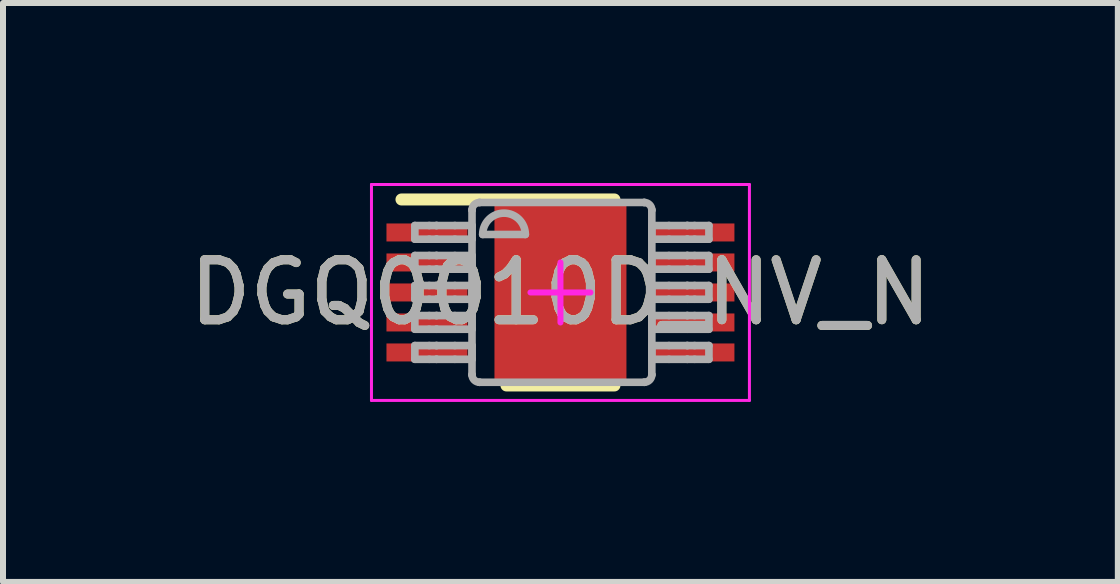
<source format=kicad_pcb>
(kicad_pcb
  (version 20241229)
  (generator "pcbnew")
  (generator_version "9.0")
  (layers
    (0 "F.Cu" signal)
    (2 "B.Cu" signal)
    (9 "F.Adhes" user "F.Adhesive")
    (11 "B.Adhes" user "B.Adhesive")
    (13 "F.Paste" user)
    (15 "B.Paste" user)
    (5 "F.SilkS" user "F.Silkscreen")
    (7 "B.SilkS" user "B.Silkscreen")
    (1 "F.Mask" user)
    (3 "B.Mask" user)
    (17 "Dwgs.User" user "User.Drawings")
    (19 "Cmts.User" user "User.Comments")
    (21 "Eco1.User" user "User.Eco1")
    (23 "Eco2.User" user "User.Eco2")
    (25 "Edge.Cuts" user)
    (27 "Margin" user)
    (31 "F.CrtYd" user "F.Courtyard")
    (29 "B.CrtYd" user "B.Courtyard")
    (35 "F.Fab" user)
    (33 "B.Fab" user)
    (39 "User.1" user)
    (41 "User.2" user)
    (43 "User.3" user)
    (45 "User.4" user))
  (footprint "DGQ0010D_NV_N"
    (layer "F.Cu")
    (at 6.292 1.825)
    (property "Reference" "DGQ0010D_NV_N" (at 0 0 0) (unlocked yes) (layer "F.SilkS") (effects (font (size 1 1) (thickness 0.15))))
    (attr smd)
    (fp_poly (pts (xy -0.915 0.899) (xy -0.915 -0.899) (xy -0.914 -0.908) (xy -0.912 -0.917) (xy -0.907 -0.925) (xy -0.902 -0.932) (xy -0.895 -0.937) (xy -0.887 -0.942) (xy -0.878 -0.944) (xy -0.869 -0.945) (xy 0.869 -0.945) (xy 0.878 -0.944) (xy 0.887 -0.942) (xy 0.895 -0.937) (xy 0.902 -0.932) (xy 0.907 -0.925) (xy 0.912 -0.917) (xy 0.914 -0.908) (xy 0.915 -0.899) (xy 0.915 0.899) (xy 0.914 0.908) (xy 0.912 0.917) (xy 0.907 0.925) (xy 0.902 0.932) (xy 0.895 0.937) (xy 0.887 0.942) (xy 0.878 0.944) (xy 0.869 0.945) (xy -0.869 0.945) (xy -0.878 0.944) (xy -0.887 0.942) (xy -0.895 0.937) (xy -0.902 0.932) (xy -0.907 0.925) (xy -0.912 0.917) (xy -0.914 0.908)) (stroke (width 0) (type solid)) (fill yes) (layer "F.Mask"))
    (fp_line (start -2.65 -1.55) (end 0.9 -1.55) (stroke (width 0.2) (type solid)) (layer "F.SilkS"))
    (fp_line (start -0.9 1.55) (end 0.9 1.55) (stroke (width 0.2) (type solid)) (layer "F.SilkS"))
    (fp_poly (pts (xy -0.915 0.899) (xy -0.915 -0.899) (xy -0.914 -0.908) (xy -0.912 -0.917) (xy -0.907 -0.925) (xy -0.902 -0.932) (xy -0.895 -0.937) (xy -0.887 -0.942) (xy -0.878 -0.944) (xy -0.869 -0.945) (xy 0.869 -0.945) (xy 0.878 -0.944) (xy 0.887 -0.942) (xy 0.895 -0.937) (xy 0.902 -0.932) (xy 0.907 -0.925) (xy 0.912 -0.917) (xy 0.914 -0.908) (xy 0.915 -0.899) (xy 0.915 0.899) (xy 0.914 0.908) (xy 0.912 0.917) (xy 0.907 0.925) (xy 0.902 0.932) (xy 0.895 0.937) (xy 0.887 0.942) (xy 0.878 0.944) (xy 0.869 0.945) (xy -0.869 0.945) (xy -0.878 0.944) (xy -0.887 0.942) (xy -0.895 0.937) (xy -0.902 0.932) (xy -0.907 0.925) (xy -0.912 0.917) (xy -0.914 0.908)) (stroke (width 0) (type solid)) (fill yes) (layer "F.Paste"))
    (fp_line (start -3.15 -1.8) (end 3.15 -1.8) (stroke (width 0.05) (type solid)) (layer "F.CrtYd"))
    (fp_line (start -3.15 1.8) (end -3.15 -1.8) (stroke (width 0.05) (type solid)) (layer "F.CrtYd"))
    (fp_line (start -3.15 1.8) (end 3.15 1.8) (stroke (width 0.05) (type solid)) (layer "F.CrtYd"))
    (fp_line (start -0.5 0) (end 0.5 0) (stroke (width 0.1) (type solid)) (layer "F.CrtYd"))
    (fp_line (start 0 0.5) (end 0 -0.5) (stroke (width 0.1) (type solid)) (layer "F.CrtYd"))
    (fp_line (start 3.15 1.8) (end 3.15 -1.8) (stroke (width 0.05) (type solid)) (layer "F.CrtYd"))
    (fp_line (start -2.427 -1.116) (end -2.187 -1.116) (stroke (width 0.127) (type solid)) (layer "F.Fab"))
    (fp_line (start -2.427 -0.888) (end -2.427 -1.116) (stroke (width 0.127) (type solid)) (layer "F.Fab"))
    (fp_line (start -2.427 -0.888) (end -2.187 -0.888) (stroke (width 0.127) (type solid)) (layer "F.Fab"))
    (fp_line (start -2.427 -0.616) (end -2.187 -0.616) (stroke (width 0.127) (type solid)) (layer "F.Fab"))
    (fp_line (start -2.427 -0.388) (end -2.427 -0.616) (stroke (width 0.127) (type solid)) (layer "F.Fab"))
    (fp_line (start -2.427 -0.388) (end -2.187 -0.388) (stroke (width 0.127) (type solid)) (layer "F.Fab"))
    (fp_line (start -2.427 -0.116) (end -2.187 -0.116) (stroke (width 0.127) (type solid)) (layer "F.Fab"))
    (fp_line (start -2.427 0.113) (end -2.427 -0.116) (stroke (width 0.127) (type solid)) (layer "F.Fab"))
    (fp_line (start -2.427 0.113) (end -2.187 0.113) (stroke (width 0.127) (type solid)) (layer "F.Fab"))
    (fp_line (start -2.427 0.385) (end -2.187 0.385) (stroke (width 0.127) (type solid)) (layer "F.Fab"))
    (fp_line (start -2.427 0.613) (end -2.427 0.385) (stroke (width 0.127) (type solid)) (layer "F.Fab"))
    (fp_line (start -2.427 0.613) (end -2.187 0.613) (stroke (width 0.127) (type solid)) (layer "F.Fab"))
    (fp_line (start -2.427 0.885) (end -2.187 0.885) (stroke (width 0.127) (type solid)) (layer "F.Fab"))
    (fp_line (start -2.427 1.114) (end -2.427 0.885) (stroke (width 0.127) (type solid)) (layer "F.Fab"))
    (fp_line (start -2.427 1.114) (end -2.187 1.114) (stroke (width 0.127) (type solid)) (layer "F.Fab"))
    (fp_line (start -2.187 -1.116) (end -2.067 -1.116) (stroke (width 0.127) (type solid)) (layer "F.Fab"))
    (fp_line (start -2.187 -0.888) (end -2.067 -0.888) (stroke (width 0.127) (type solid)) (layer "F.Fab"))
    (fp_line (start -2.187 -0.616) (end -2.067 -0.616) (stroke (width 0.127) (type solid)) (layer "F.Fab"))
    (fp_line (start -2.187 -0.388) (end -2.067 -0.388) (stroke (width 0.127) (type solid)) (layer "F.Fab"))
    (fp_line (start -2.187 -0.116) (end -2.067 -0.116) (stroke (width 0.127) (type solid)) (layer "F.Fab"))
    (fp_line (start -2.187 0.113) (end -2.067 0.113) (stroke (width 0.127) (type solid)) (layer "F.Fab"))
    (fp_line (start -2.187 0.385) (end -2.067 0.385) (stroke (width 0.127) (type solid)) (layer "F.Fab"))
    (fp_line (start -2.187 0.613) (end -2.067 0.613) (stroke (width 0.127) (type solid)) (layer "F.Fab"))
    (fp_line (start -2.187 0.885) (end -2.067 0.885) (stroke (width 0.127) (type solid)) (layer "F.Fab"))
    (fp_line (start -2.187 1.114) (end -2.067 1.114) (stroke (width 0.127) (type solid)) (layer "F.Fab"))
    (fp_line (start -2.067 -1.116) (end -2.064 -1.116) (stroke (width 0.127) (type solid)) (layer "F.Fab"))
    (fp_line (start -2.067 -0.888) (end -2.064 -0.888) (stroke (width 0.127) (type solid)) (layer "F.Fab"))
    (fp_line (start -2.067 -0.616) (end -2.064 -0.616) (stroke (width 0.127) (type solid)) (layer "F.Fab"))
    (fp_line (start -2.067 -0.388) (end -2.064 -0.388) (stroke (width 0.127) (type solid)) (layer "F.Fab"))
    (fp_line (start -2.067 -0.116) (end -2.064 -0.116) (stroke (width 0.127) (type solid)) (layer "F.Fab"))
    (fp_line (start -2.067 0.113) (end -2.064 0.113) (stroke (width 0.127) (type solid)) (layer "F.Fab"))
    (fp_line (start -2.067 0.385) (end -2.064 0.385) (stroke (width 0.127) (type solid)) (layer "F.Fab"))
    (fp_line (start -2.067 0.613) (end -2.064 0.613) (stroke (width 0.127) (type solid)) (layer "F.Fab"))
    (fp_line (start -2.067 0.885) (end -2.064 0.885) (stroke (width 0.127) (type solid)) (layer "F.Fab"))
    (fp_line (start -2.067 1.114) (end -2.064 1.114) (stroke (width 0.127) (type solid)) (layer "F.Fab"))
    (fp_line (start -2.064 -1.116) (end -1.76 -1.116) (stroke (width 0.127) (type solid)) (layer "F.Fab"))
    (fp_line (start -2.064 -0.888) (end -1.76 -0.888) (stroke (width 0.127) (type solid)) (layer "F.Fab"))
    (fp_line (start -2.064 -0.616) (end -1.76 -0.616) (stroke (width 0.127) (type solid)) (layer "F.Fab"))
    (fp_line (start -2.064 -0.388) (end -1.76 -0.388) (stroke (width 0.127) (type solid)) (layer "F.Fab"))
    (fp_line (start -2.064 -0.116) (end -1.76 -0.116) (stroke (width 0.127) (type solid)) (layer "F.Fab"))
    (fp_line (start -2.064 0.113) (end -1.76 0.113) (stroke (width 0.127) (type solid)) (layer "F.Fab"))
    (fp_line (start -2.064 0.385) (end -1.76 0.385) (stroke (width 0.127) (type solid)) (layer "F.Fab"))
    (fp_line (start -2.064 0.613) (end -1.76 0.613) (stroke (width 0.127) (type solid)) (layer "F.Fab"))
    (fp_line (start -2.064 0.885) (end -1.76 0.885) (stroke (width 0.127) (type solid)) (layer "F.Fab"))
    (fp_line (start -2.064 1.114) (end -1.76 1.114) (stroke (width 0.127) (type solid)) (layer "F.Fab"))
    (fp_line (start -1.76 -1.116) (end -1.474 -1.116) (stroke (width 0.127) (type solid)) (layer "F.Fab"))
    (fp_line (start -1.76 -0.888) (end -1.474 -0.888) (stroke (width 0.127) (type solid)) (layer "F.Fab"))
    (fp_line (start -1.76 -0.616) (end -1.474 -0.616) (stroke (width 0.127) (type solid)) (layer "F.Fab"))
    (fp_line (start -1.76 -0.388) (end -1.474 -0.388) (stroke (width 0.127) (type solid)) (layer "F.Fab"))
    (fp_line (start -1.76 -0.116) (end -1.474 -0.116) (stroke (width 0.127) (type solid)) (layer "F.Fab"))
    (fp_line (start -1.76 0.113) (end -1.474 0.113) (stroke (width 0.127) (type solid)) (layer "F.Fab"))
    (fp_line (start -1.76 0.385) (end -1.474 0.385) (stroke (width 0.127) (type solid)) (layer "F.Fab"))
    (fp_line (start -1.76 0.613) (end -1.474 0.613) (stroke (width 0.127) (type solid)) (layer "F.Fab"))
    (fp_line (start -1.76 0.885) (end -1.474 0.885) (stroke (width 0.127) (type solid)) (layer "F.Fab"))
    (fp_line (start -1.76 1.114) (end -1.474 1.114) (stroke (width 0.127) (type solid)) (layer "F.Fab"))
    (fp_line (start -1.474 -1.373) (end -1.474 -1.376) (stroke (width 0.127) (type solid)) (layer "F.Fab"))
    (fp_line (start -1.474 -0.888) (end -1.474 -1.116) (stroke (width 0.127) (type solid)) (layer "F.Fab"))
    (fp_line (start -1.474 -0.388) (end -1.474 -0.616) (stroke (width 0.127) (type solid)) (layer "F.Fab"))
    (fp_line (start -1.474 0.113) (end -1.474 -0.116) (stroke (width 0.127) (type solid)) (layer "F.Fab"))
    (fp_line (start -1.474 0.613) (end -1.474 0.385) (stroke (width 0.127) (type solid)) (layer "F.Fab"))
    (fp_line (start -1.474 1.114) (end -1.474 0.885) (stroke (width 0.127) (type solid)) (layer "F.Fab"))
    (fp_line (start -1.474 1.37) (end -1.474 -1.373) (stroke (width 0.127) (type solid)) (layer "F.Fab"))
    (fp_line (start -1.474 1.37) (end -1.474 1.373) (stroke (width 0.127) (type solid)) (layer "F.Fab"))
    (fp_line (start -1.35 -1.5) (end -1.347 -1.5) (stroke (width 0.127) (type solid)) (layer "F.Fab"))
    (fp_line (start -1.35 1.497) (end -1.347 1.497) (stroke (width 0.127) (type solid)) (layer "F.Fab"))
    (fp_line (start -1.347 -1.5) (end 1.396 -1.5) (stroke (width 0.127) (type solid)) (layer "F.Fab"))
    (fp_line (start -1.347 1.497) (end 1.396 1.497) (stroke (width 0.127) (type solid)) (layer "F.Fab"))
    (fp_line (start -1.296 -0.967) (end -0.585 -0.967) (stroke (width 0.127) (type solid)) (layer "F.Fab"))
    (fp_line (start 1.396 -1.5) (end 1.399 -1.5) (stroke (width 0.127) (type solid)) (layer "F.Fab"))
    (fp_line (start 1.396 1.497) (end 1.399 1.497) (stroke (width 0.127) (type solid)) (layer "F.Fab"))
    (fp_line (start 1.523 -1.376) (end 1.523 -1.373) (stroke (width 0.127) (type solid)) (layer "F.Fab"))
    (fp_line (start 1.523 1.373) (end 1.523 1.37) (stroke (width 0.127) (type solid)) (layer "F.Fab"))
    (fp_line (start 1.523 -1.116) (end 1.809 -1.116) (stroke (width 0.127) (type solid)) (layer "F.Fab"))
    (fp_line (start 1.523 -0.888) (end 1.523 -1.116) (stroke (width 0.127) (type solid)) (layer "F.Fab"))
    (fp_line (start 1.523 -0.888) (end 1.809 -0.888) (stroke (width 0.127) (type solid)) (layer "F.Fab"))
    (fp_line (start 1.523 -0.616) (end 1.809 -0.616) (stroke (width 0.127) (type solid)) (layer "F.Fab"))
    (fp_line (start 1.523 -0.388) (end 1.523 -0.616) (stroke (width 0.127) (type solid)) (layer "F.Fab"))
    (fp_line (start 1.523 -0.388) (end 1.809 -0.388) (stroke (width 0.127) (type solid)) (layer "F.Fab"))
    (fp_line (start 1.523 -0.116) (end 1.809 -0.116) (stroke (width 0.127) (type solid)) (layer "F.Fab"))
    (fp_line (start 1.523 0.113) (end 1.523 -0.116) (stroke (width 0.127) (type solid)) (layer "F.Fab"))
    (fp_line (start 1.523 0.113) (end 1.809 0.113) (stroke (width 0.127) (type solid)) (layer "F.Fab"))
    (fp_line (start 1.523 0.385) (end 1.809 0.385) (stroke (width 0.127) (type solid)) (layer "F.Fab"))
    (fp_line (start 1.523 0.613) (end 1.523 0.385) (stroke (width 0.127) (type solid)) (layer "F.Fab"))
    (fp_line (start 1.523 0.613) (end 1.809 0.613) (stroke (width 0.127) (type solid)) (layer "F.Fab"))
    (fp_line (start 1.523 0.885) (end 1.809 0.885) (stroke (width 0.127) (type solid)) (layer "F.Fab"))
    (fp_line (start 1.523 1.114) (end 1.523 0.885) (stroke (width 0.127) (type solid)) (layer "F.Fab"))
    (fp_line (start 1.523 1.114) (end 1.809 1.114) (stroke (width 0.127) (type solid)) (layer "F.Fab"))
    (fp_line (start 1.523 1.37) (end 1.523 -1.373) (stroke (width 0.127) (type solid)) (layer "F.Fab"))
    (fp_line (start 1.809 -1.116) (end 2.113 -1.116) (stroke (width 0.127) (type solid)) (layer "F.Fab"))
    (fp_line (start 1.809 -0.888) (end 2.113 -0.888) (stroke (width 0.127) (type solid)) (layer "F.Fab"))
    (fp_line (start 1.809 -0.616) (end 2.113 -0.616) (stroke (width 0.127) (type solid)) (layer "F.Fab"))
    (fp_line (start 1.809 -0.388) (end 2.113 -0.388) (stroke (width 0.127) (type solid)) (layer "F.Fab"))
    (fp_line (start 1.809 -0.116) (end 2.113 -0.116) (stroke (width 0.127) (type solid)) (layer "F.Fab"))
    (fp_line (start 1.809 0.113) (end 2.113 0.113) (stroke (width 0.127) (type solid)) (layer "F.Fab"))
    (fp_line (start 1.809 0.385) (end 2.113 0.385) (stroke (width 0.127) (type solid)) (layer "F.Fab"))
    (fp_line (start 1.809 0.613) (end 2.113 0.613) (stroke (width 0.127) (type solid)) (layer "F.Fab"))
    (fp_line (start 1.809 0.885) (end 2.113 0.885) (stroke (width 0.127) (type solid)) (layer "F.Fab"))
    (fp_line (start 1.809 1.114) (end 2.113 1.114) (stroke (width 0.127) (type solid)) (layer "F.Fab"))
    (fp_line (start 2.113 -1.116) (end 2.116 -1.116) (stroke (width 0.127) (type solid)) (layer "F.Fab"))
    (fp_line (start 2.113 -0.888) (end 2.116 -0.888) (stroke (width 0.127) (type solid)) (layer "F.Fab"))
    (fp_line (start 2.113 -0.616) (end 2.116 -0.616) (stroke (width 0.127) (type solid)) (layer "F.Fab"))
    (fp_line (start 2.113 -0.388) (end 2.116 -0.388) (stroke (width 0.127) (type solid)) (layer "F.Fab"))
    (fp_line (start 2.113 -0.116) (end 2.116 -0.116) (stroke (width 0.127) (type solid)) (layer "F.Fab"))
    (fp_line (start 2.113 0.113) (end 2.116 0.113) (stroke (width 0.127) (type solid)) (layer "F.Fab"))
    (fp_line (start 2.113 0.385) (end 2.116 0.385) (stroke (width 0.127) (type solid)) (layer "F.Fab"))
    (fp_line (start 2.113 0.613) (end 2.116 0.613) (stroke (width 0.127) (type solid)) (layer "F.Fab"))
    (fp_line (start 2.113 0.885) (end 2.116 0.885) (stroke (width 0.127) (type solid)) (layer "F.Fab"))
    (fp_line (start 2.113 1.114) (end 2.116 1.114) (stroke (width 0.127) (type solid)) (layer "F.Fab"))
    (fp_line (start 2.116 -1.116) (end 2.236 -1.116) (stroke (width 0.127) (type solid)) (layer "F.Fab"))
    (fp_line (start 2.116 -0.888) (end 2.236 -0.888) (stroke (width 0.127) (type solid)) (layer "F.Fab"))
    (fp_line (start 2.116 -0.616) (end 2.236 -0.616) (stroke (width 0.127) (type solid)) (layer "F.Fab"))
    (fp_line (start 2.116 -0.388) (end 2.236 -0.388) (stroke (width 0.127) (type solid)) (layer "F.Fab"))
    (fp_line (start 2.116 -0.116) (end 2.236 -0.116) (stroke (width 0.127) (type solid)) (layer "F.Fab"))
    (fp_line (start 2.116 0.113) (end 2.236 0.113) (stroke (width 0.127) (type solid)) (layer "F.Fab"))
    (fp_line (start 2.116 0.385) (end 2.236 0.385) (stroke (width 0.127) (type solid)) (layer "F.Fab"))
    (fp_line (start 2.116 0.613) (end 2.236 0.613) (stroke (width 0.127) (type solid)) (layer "F.Fab"))
    (fp_line (start 2.116 0.885) (end 2.236 0.885) (stroke (width 0.127) (type solid)) (layer "F.Fab"))
    (fp_line (start 2.116 1.114) (end 2.236 1.114) (stroke (width 0.127) (type solid)) (layer "F.Fab"))
    (fp_line (start 2.236 -1.116) (end 2.475 -1.116) (stroke (width 0.127) (type solid)) (layer "F.Fab"))
    (fp_line (start 2.236 -0.888) (end 2.475 -0.888) (stroke (width 0.127) (type solid)) (layer "F.Fab"))
    (fp_line (start 2.236 -0.616) (end 2.475 -0.616) (stroke (width 0.127) (type solid)) (layer "F.Fab"))
    (fp_line (start 2.236 -0.388) (end 2.475 -0.388) (stroke (width 0.127) (type solid)) (layer "F.Fab"))
    (fp_line (start 2.236 -0.116) (end 2.475 -0.116) (stroke (width 0.127) (type solid)) (layer "F.Fab"))
    (fp_line (start 2.236 0.113) (end 2.475 0.113) (stroke (width 0.127) (type solid)) (layer "F.Fab"))
    (fp_line (start 2.236 0.385) (end 2.475 0.385) (stroke (width 0.127) (type solid)) (layer "F.Fab"))
    (fp_line (start 2.236 0.613) (end 2.475 0.613) (stroke (width 0.127) (type solid)) (layer "F.Fab"))
    (fp_line (start 2.236 0.885) (end 2.475 0.885) (stroke (width 0.127) (type solid)) (layer "F.Fab"))
    (fp_line (start 2.236 1.114) (end 2.475 1.114) (stroke (width 0.127) (type solid)) (layer "F.Fab"))
    (fp_line (start 2.475 -0.888) (end 2.475 -1.116) (stroke (width 0.127) (type solid)) (layer "F.Fab"))
    (fp_line (start 2.475 -0.388) (end 2.475 -0.616) (stroke (width 0.127) (type solid)) (layer "F.Fab"))
    (fp_line (start 2.475 0.113) (end 2.475 -0.116) (stroke (width 0.127) (type solid)) (layer "F.Fab"))
    (fp_line (start 2.475 0.613) (end 2.475 0.385) (stroke (width 0.127) (type solid)) (layer "F.Fab"))
    (fp_line (start 2.475 1.114) (end 2.475 0.885) (stroke (width 0.127) (type solid)) (layer "F.Fab"))
    (fp_arc (start -1.474232 -1.375768) (mid -1.437062 -1.46283) (end -1.35 -1.5) (stroke (width 0.127) (type solid)) (layer "F.Fab"))
    (fp_arc (start -1.35 1.49715) (mid -1.437062 1.45998) (end -1.474232 1.372918) (stroke (width 0.127) (type solid)) (layer "F.Fab"))
    (fp_arc (start -1.296457 -0.966625) (mid -0.940857 -1.322225) (end -0.585257 -0.966625) (stroke (width 0.127) (type solid)) (layer "F.Fab"))
    (fp_arc (start 1.398686 -1.5) (mid 1.485749 -1.46283) (end 1.522919 -1.375768) (stroke (width 0.127) (type solid)) (layer "F.Fab"))
    (fp_arc (start 1.522919 1.372918) (mid 1.485749 1.45998) (end 1.398686 1.49715) (stroke (width 0.127) (type solid)) (layer "F.Fab"))
    (fp_text user "${REFERENCE}" (at 0 0 0) (unlocked yes) (layer "F.Fab") (effects (font (size 1 1) (thickness 0.15))))
    (pad "1" smd rect (at -2.225 -1 90) (size 0.3 1.35) (layers "F.Cu" "F.Mask" "F.Paste"))
    (pad "2" smd rect (at -2.225 -0.5 90) (size 0.3 1.35) (layers "F.Cu" "F.Mask" "F.Paste"))
    (pad "3" smd rect (at -2.225 0 90) (size 0.3 1.35) (layers "F.Cu" "F.Mask" "F.Paste"))
    (pad "4" smd rect (at -2.225 0.5 90) (size 0.3 1.35) (layers "F.Cu" "F.Mask" "F.Paste"))
    (pad "5" smd rect (at -2.225 1 90) (size 0.3 1.35) (layers "F.Cu" "F.Mask" "F.Paste"))
    (pad "6" smd rect (at 2.225 1 90) (size 0.3 1.35) (layers "F.Cu" "F.Mask" "F.Paste"))
    (pad "7" smd rect (at 2.225 0.5 90) (size 0.3 1.35) (layers "F.Cu" "F.Mask" "F.Paste"))
    (pad "8" smd rect (at 2.225 0 90) (size 0.3 1.35) (layers "F.Cu" "F.Mask" "F.Paste"))
    (pad "9" smd rect (at 2.225 -0.5 90) (size 0.3 1.35) (layers "F.Cu" "F.Mask" "F.Paste"))
    (pad "10" smd rect (at 2.225 -1 90) (size 0.3 1.35) (layers "F.Cu" "F.Mask" "F.Paste"))
    (pad "11" smd rect (at 0 0) (size 2.2 3.1) (layers "F.Cu")))
  (gr_rect
    (start -3 -3)
    (end 15.583 6.65)
    (stroke (width 0.1) (type default))
    (fill no)
    (layer "Edge.Cuts")))
</source>
